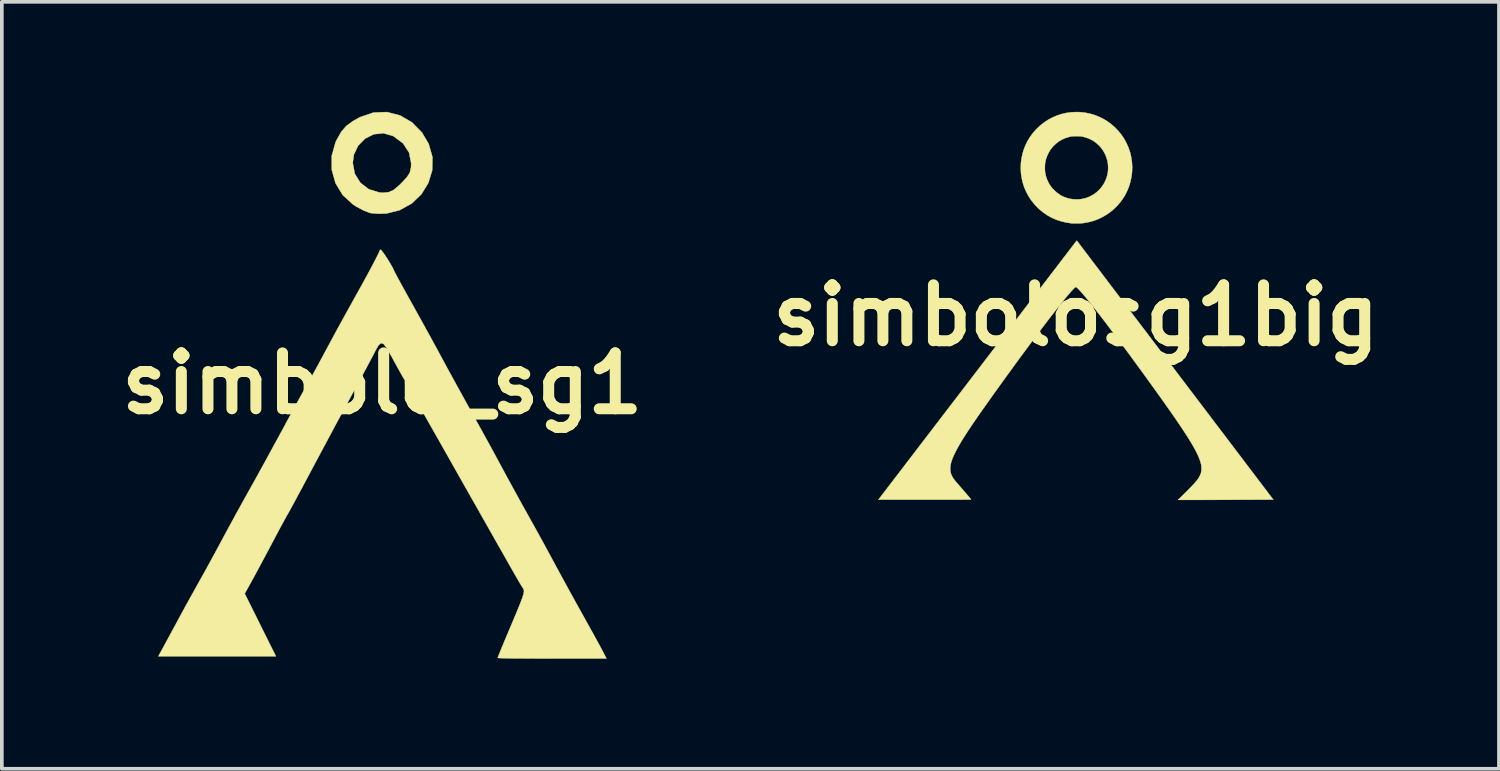
<source format=kicad_pcb>
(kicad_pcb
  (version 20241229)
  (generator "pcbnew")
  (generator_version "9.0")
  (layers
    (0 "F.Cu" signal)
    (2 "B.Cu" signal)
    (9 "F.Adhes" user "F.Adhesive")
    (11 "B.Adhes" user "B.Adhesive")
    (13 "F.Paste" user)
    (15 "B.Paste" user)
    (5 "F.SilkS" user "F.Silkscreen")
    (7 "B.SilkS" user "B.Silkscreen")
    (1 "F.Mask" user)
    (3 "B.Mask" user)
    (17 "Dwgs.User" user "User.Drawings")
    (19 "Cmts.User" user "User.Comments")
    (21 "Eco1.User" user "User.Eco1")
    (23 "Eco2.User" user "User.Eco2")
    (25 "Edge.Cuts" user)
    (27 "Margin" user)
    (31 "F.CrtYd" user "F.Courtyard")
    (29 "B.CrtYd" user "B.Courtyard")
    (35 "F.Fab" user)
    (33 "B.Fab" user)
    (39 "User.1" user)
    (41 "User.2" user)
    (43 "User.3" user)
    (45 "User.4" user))
  (footprint "simbolosg1big"
    (layer "F.Cu")
    (at 26.281 5.55)
    (property "Reference" "simbolosg1big" (at 0 0 0) (layer "F.SilkS") (effects (font (size 1.524 1.524) (thickness 0.3))))
    (attr through_hole)
    (fp_poly (pts (xy 0.108 -5.543) (xy 0.244 -5.529) (xy 0.377 -5.503) (xy 0.506 -5.466) (xy 0.63 -5.417) (xy 0.748 -5.359) (xy 0.861 -5.29) (xy 0.967 -5.212) (xy 1.067 -5.125) (xy 1.158 -5.03) (xy 1.241 -4.927) (xy 1.316 -4.816) (xy 1.38 -4.698) (xy 1.435 -4.573) (xy 1.477 -4.45) (xy 1.508 -4.319) (xy 1.528 -4.186) (xy 1.536 -4.051) (xy 1.532 -3.917) (xy 1.516 -3.783) (xy 1.489 -3.652) (xy 1.451 -3.523) (xy 1.401 -3.399) (xy 1.341 -3.279) (xy 1.305 -3.221) (xy 1.226 -3.107) (xy 1.138 -3.002) (xy 1.042 -2.906) (xy 0.938 -2.819) (xy 0.827 -2.742) (xy 0.709 -2.675) (xy 0.587 -2.618) (xy 0.459 -2.573) (xy 0.327 -2.539) (xy 0.192 -2.517) (xy 0.176 -2.515) (xy 0.151 -2.513) (xy 0.117 -2.511) (xy 0.077 -2.51) (xy 0.034 -2.509) (xy -0.01 -2.509) (xy -0.05 -2.509) (xy -0.086 -2.51) (xy -0.113 -2.511) (xy -0.124 -2.512) (xy -0.267 -2.535) (xy -0.402 -2.567) (xy -0.53 -2.608) (xy -0.651 -2.661) (xy -0.766 -2.723) (xy -0.876 -2.797) (xy -0.98 -2.881) (xy -1.038 -2.934) (xy -1.133 -3.034) (xy -1.218 -3.141) (xy -1.292 -3.255) (xy -1.355 -3.373) (xy -1.408 -3.496) (xy -1.449 -3.623) (xy -1.478 -3.753) (xy -1.497 -3.885) (xy -1.503 -4.019) (xy -1.502 -4.036) (xy -0.845 -4.036) (xy -0.844 -3.984) (xy -0.842 -3.936) (xy -0.838 -3.899) (xy -0.818 -3.802) (xy -0.786 -3.707) (xy -0.743 -3.615) (xy -0.689 -3.527) (xy -0.681 -3.516) (xy -0.636 -3.461) (xy -0.582 -3.406) (xy -0.522 -3.353) (xy -0.458 -3.305) (xy -0.394 -3.265) (xy -0.368 -3.251) (xy -0.282 -3.215) (xy -0.19 -3.187) (xy -0.093 -3.17) (xy 0.005 -3.163) (xy 0.101 -3.167) (xy 0.16 -3.175) (xy 0.233 -3.19) (xy 0.3 -3.21) (xy 0.367 -3.237) (xy 0.397 -3.251) (xy 0.486 -3.301) (xy 0.568 -3.361) (xy 0.642 -3.431) (xy 0.707 -3.508) (xy 0.764 -3.593) (xy 0.81 -3.684) (xy 0.845 -3.78) (xy 0.868 -3.874) (xy 0.875 -3.927) (xy 0.879 -3.986) (xy 0.879 -4.049) (xy 0.876 -4.111) (xy 0.87 -4.167) (xy 0.865 -4.195) (xy 0.836 -4.3) (xy 0.797 -4.397) (xy 0.748 -4.487) (xy 0.688 -4.571) (xy 0.636 -4.629) (xy 0.561 -4.698) (xy 0.481 -4.756) (xy 0.395 -4.803) (xy 0.301 -4.842) (xy 0.21 -4.869) (xy 0.186 -4.875) (xy 0.164 -4.879) (xy 0.143 -4.882) (xy 0.12 -4.884) (xy 0.092 -4.885) (xy 0.056 -4.886) (xy 0.016 -4.886) (xy -0.029 -4.886) (xy -0.064 -4.885) (xy -0.091 -4.884) (xy -0.114 -4.882) (xy -0.135 -4.879) (xy -0.156 -4.874) (xy -0.178 -4.869) (xy -0.28 -4.838) (xy -0.373 -4.798) (xy -0.46 -4.748) (xy -0.54 -4.687) (xy -0.615 -4.616) (xy -0.633 -4.595) (xy -0.69 -4.524) (xy -0.739 -4.443) (xy -0.781 -4.356) (xy -0.813 -4.266) (xy -0.835 -4.175) (xy -0.84 -4.136) (xy -0.843 -4.088) (xy -0.845 -4.036) (xy -1.502 -4.036) (xy -1.498 -4.154) (xy -1.48 -4.289) (xy -1.45 -4.423) (xy -1.426 -4.505) (xy -1.378 -4.631) (xy -1.319 -4.753) (xy -1.249 -4.868) (xy -1.169 -4.976) (xy -1.079 -5.078) (xy -0.981 -5.171) (xy -0.875 -5.256) (xy -0.762 -5.331) (xy -0.651 -5.391) (xy -0.524 -5.447) (xy -0.394 -5.49) (xy -0.261 -5.521) (xy -0.125 -5.539) (xy 0.014 -5.545) (xy 0.108 -5.543)) (stroke (width 0.01) (type solid)) (fill yes) (layer "F.SilkS"))
    (fp_poly (pts (xy 0.03 -2.033) (xy 0.041 -2.02) (xy 0.057 -2) (xy 0.076 -1.974) (xy 0.089 -1.957) (xy 0.098 -1.945) (xy 0.114 -1.924) (xy 0.137 -1.893) (xy 0.167 -1.854) (xy 0.202 -1.808) (xy 0.243 -1.753) (xy 0.289 -1.692) (xy 0.341 -1.625) (xy 0.396 -1.552) (xy 0.455 -1.473) (xy 0.518 -1.391) (xy 0.584 -1.303) (xy 0.653 -1.213) (xy 0.724 -1.119) (xy 0.797 -1.023) (xy 0.871 -0.925) (xy 0.946 -0.826) (xy 1.022 -0.726) (xy 1.098 -0.626) (xy 1.174 -0.525) (xy 1.249 -0.426) (xy 1.324 -0.328) (xy 1.396 -0.232) (xy 1.467 -0.139) (xy 1.536 -0.048) (xy 1.602 0.038) (xy 1.665 0.121) (xy 1.724 0.199) (xy 1.779 0.272) (xy 1.83 0.339) (xy 1.877 0.4) (xy 1.918 0.454) (xy 1.953 0.501) (xy 1.982 0.54) (xy 2.005 0.57) (xy 2.007 0.572) (xy 2.029 0.6) (xy 2.057 0.638) (xy 2.092 0.684) (xy 2.132 0.737) (xy 2.177 0.796) (xy 2.225 0.859) (xy 2.276 0.927) (xy 2.329 0.997) (xy 2.384 1.068) (xy 2.439 1.14) (xy 2.477 1.191) (xy 2.539 1.273) (xy 2.608 1.363) (xy 2.681 1.46) (xy 2.756 1.559) (xy 2.833 1.661) (xy 2.91 1.763) (xy 2.986 1.862) (xy 3.057 1.956) (xy 3.124 2.045) (xy 3.175 2.111) (xy 3.295 2.27) (xy 3.416 2.429) (xy 3.537 2.589) (xy 3.66 2.75) (xy 3.784 2.915) (xy 3.912 3.083) (xy 4.043 3.255) (xy 4.178 3.434) (xy 4.318 3.618) (xy 4.464 3.81) (xy 4.616 4.011) (xy 4.774 4.22) (xy 4.781 4.229) (xy 4.847 4.315) (xy 4.91 4.399) (xy 4.971 4.48) (xy 5.03 4.556) (xy 5.085 4.629) (xy 5.136 4.697) (xy 5.184 4.759) (xy 5.227 4.816) (xy 5.264 4.866) (xy 5.297 4.908) (xy 5.323 4.943) (xy 5.343 4.969) (xy 5.357 4.987) (xy 5.363 4.995) (xy 5.384 5.021) (xy 4.431 5.025) (xy 4.315 5.025) (xy 4.198 5.026) (xy 4.081 5.026) (xy 3.966 5.027) (xy 3.852 5.027) (xy 3.743 5.028) (xy 3.637 5.028) (xy 3.537 5.028) (xy 3.444 5.029) (xy 3.359 5.029) (xy 3.282 5.029) (xy 3.216 5.029) (xy 3.16 5.029) (xy 3.13 5.029) (xy 2.782 5.029) (xy 2.882 4.933) (xy 2.959 4.857) (xy 3.032 4.785) (xy 3.098 4.718) (xy 3.158 4.656) (xy 3.211 4.599) (xy 3.256 4.549) (xy 3.293 4.505) (xy 3.322 4.469) (xy 3.336 4.449) (xy 3.363 4.404) (xy 3.387 4.356) (xy 3.406 4.311) (xy 3.413 4.286) (xy 3.42 4.25) (xy 3.424 4.206) (xy 3.424 4.158) (xy 3.421 4.11) (xy 3.416 4.067) (xy 3.414 4.058) (xy 3.402 4.012) (xy 3.388 3.963) (xy 3.369 3.912) (xy 3.347 3.857) (xy 3.321 3.799) (xy 3.291 3.736) (xy 3.257 3.669) (xy 3.217 3.597) (xy 3.173 3.52) (xy 3.124 3.438) (xy 3.069 3.349) (xy 3.009 3.254) (xy 2.942 3.152) (xy 2.87 3.043) (xy 2.791 2.926) (xy 2.706 2.802) (xy 2.614 2.669) (xy 2.515 2.528) (xy 2.409 2.377) (xy 2.295 2.217) (xy 2.244 2.146) (xy 2.114 1.965) (xy 1.985 1.787) (xy 1.859 1.612) (xy 1.735 1.442) (xy 1.614 1.276) (xy 1.496 1.114) (xy 1.38 0.957) (xy 1.267 0.805) (xy 1.158 0.658) (xy 1.053 0.517) (xy 0.951 0.382) (xy 0.853 0.252) (xy 0.759 0.129) (xy 0.67 0.013) (xy 0.585 -0.096) (xy 0.505 -0.199) (xy 0.43 -0.294) (xy 0.36 -0.381) (xy 0.296 -0.46) (xy 0.237 -0.531) (xy 0.184 -0.593) (xy 0.137 -0.647) (xy 0.097 -0.692) (xy 0.062 -0.727) (xy 0.035 -0.753) (xy 0.014 -0.769) (xy 0.001 -0.775) (xy -0.000001 -0.775) (xy -0.013 -0.77) (xy -0.033 -0.754) (xy -0.059 -0.729) (xy -0.093 -0.695) (xy -0.133 -0.651) (xy -0.178 -0.599) (xy -0.23 -0.538) (xy -0.288 -0.469) (xy -0.351 -0.391) (xy -0.419 -0.307) (xy -0.492 -0.214) (xy -0.57 -0.115) (xy -0.652 -0.009) (xy -0.739 0.103) (xy -0.83 0.222) (xy -0.924 0.346) (xy -1.022 0.476) (xy -1.124 0.611) (xy -1.228 0.751) (xy -1.335 0.896) (xy -1.445 1.045) (xy -1.558 1.198) (xy -1.672 1.354) (xy -1.789 1.515) (xy -1.906 1.676) (xy -2.028 1.845) (xy -2.142 2.005) (xy -2.25 2.154) (xy -2.35 2.295) (xy -2.444 2.428) (xy -2.532 2.552) (xy -2.614 2.669) (xy -2.69 2.778) (xy -2.76 2.88) (xy -2.826 2.976) (xy -2.886 3.066) (xy -2.942 3.15) (xy -2.993 3.229) (xy -3.041 3.303) (xy -3.084 3.372) (xy -3.125 3.438) (xy -3.161 3.5) (xy -3.195 3.558) (xy -3.226 3.614) (xy -3.255 3.667) (xy -3.281 3.718) (xy -3.302 3.762) (xy -3.339 3.84) (xy -3.368 3.91) (xy -3.391 3.973) (xy -3.407 4.032) (xy -3.418 4.087) (xy -3.423 4.141) (xy -3.424 4.175) (xy -3.422 4.232) (xy -3.415 4.281) (xy -3.4 4.328) (xy -3.384 4.366) (xy -3.37 4.392) (xy -3.356 4.417) (xy -3.34 4.442) (xy -3.323 4.467) (xy -3.302 4.495) (xy -3.276 4.527) (xy -3.244 4.564) (xy -3.205 4.609) (xy -3.185 4.632) (xy -3.161 4.659) (xy -3.134 4.691) (xy -3.102 4.727) (xy -3.069 4.766) (xy -3.034 4.806) (xy -3 4.846) (xy -2.966 4.885) (xy -2.936 4.921) (xy -2.908 4.953) (xy -2.886 4.979) (xy -2.869 4.999) (xy -2.859 5.011) (xy -2.858 5.012) (xy -2.858 5.013) (xy -2.858 5.014) (xy -2.861 5.015) (xy -2.866 5.016) (xy -2.873 5.017) (xy -2.884 5.018) (xy -2.899 5.019) (xy -2.919 5.019) (xy -2.943 5.02) (xy -2.972 5.021) (xy -3.008 5.021) (xy -3.05 5.021) (xy -3.098 5.022) (xy -3.155 5.022) (xy -3.219 5.022) (xy -3.292 5.022) (xy -3.373 5.023) (xy -3.464 5.023) (xy -3.566 5.023) (xy -3.677 5.023) (xy -3.8 5.023) (xy -3.934 5.023) (xy -4.081 5.023) (xy -4.118 5.023) (xy -5.386 5.023) (xy -5.364 4.996) (xy -5.356 4.986) (xy -5.342 4.968) (xy -5.321 4.941) (xy -5.295 4.906) (xy -5.263 4.865) (xy -5.227 4.819) (xy -5.188 4.767) (xy -5.146 4.712) (xy -5.101 4.654) (xy -5.07 4.613) (xy -5.027 4.556) (xy -4.981 4.497) (xy -4.933 4.434) (xy -4.882 4.368) (xy -4.828 4.297) (xy -4.771 4.222) (xy -4.709 4.142) (xy -4.644 4.056) (xy -4.574 3.965) (xy -4.499 3.867) (xy -4.419 3.763) (xy -4.334 3.651) (xy -4.243 3.532) (xy -4.145 3.404) (xy -4.041 3.269) (xy -3.93 3.124) (xy -3.812 2.969) (xy -3.743 2.88) (xy -3.696 2.817) (xy -3.648 2.755) (xy -3.602 2.695) (xy -3.558 2.637) (xy -3.516 2.583) (xy -3.479 2.534) (xy -3.446 2.491) (xy -3.419 2.455) (xy -3.398 2.428) (xy -3.391 2.419) (xy -3.372 2.394) (xy -3.346 2.361) (xy -3.315 2.32) (xy -3.278 2.272) (xy -3.239 2.221) (xy -3.196 2.165) (xy -3.152 2.108) (xy -3.108 2.05) (xy -3.082 2.016) (xy -3.05 1.974) (xy -3.011 1.923) (xy -2.966 1.864) (xy -2.915 1.797) (xy -2.859 1.724) (xy -2.799 1.646) (xy -2.735 1.563) (xy -2.668 1.476) (xy -2.6 1.386) (xy -2.53 1.294) (xy -2.459 1.202) (xy -2.388 1.109) (xy -2.318 1.017) (xy -2.295 0.987) (xy -2.223 0.894) (xy -2.15 0.798) (xy -2.075 0.7) (xy -2 0.602) (xy -1.925 0.505) (xy -1.852 0.409) (xy -1.78 0.315) (xy -1.712 0.226) (xy -1.647 0.141) (xy -1.586 0.062) (xy -1.531 -0.011) (xy -1.481 -0.075) (xy -1.439 -0.131) (xy -1.434 -0.137) (xy -1.375 -0.214) (xy -1.312 -0.296) (xy -1.247 -0.381) (xy -1.179 -0.47) (xy -1.11 -0.561) (xy -1.038 -0.654) (xy -0.966 -0.748) (xy -0.894 -0.843) (xy -0.821 -0.937) (xy -0.749 -1.032) (xy -0.678 -1.125) (xy -0.608 -1.216) (xy -0.54 -1.304) (xy -0.475 -1.39) (xy -0.412 -1.472) (xy -0.353 -1.55) (xy -0.297 -1.622) (xy -0.245 -1.69) (xy -0.199 -1.751) (xy -0.157 -1.805) (xy -0.121 -1.852) (xy -0.091 -1.891) (xy -0.068 -1.921) (xy -0.052 -1.942) (xy -0.048 -1.948) (xy -0.026 -1.977) (xy -0.006 -2.002) (xy 0.01 -2.022) (xy 0.021 -2.034) (xy 0.025 -2.038) (xy 0.03 -2.033)) (stroke (width 0.01) (type solid)) (fill yes) (layer "F.SilkS")))
  (footprint "simbolo_sg1"
    (layer "F.Cu")
    (at 7.373 7.405)
    (property "Reference" "simbolo_sg1" (at 0 0 0) (layer "F.SilkS") (effects (font (size 1.524 1.524) (thickness 0.3))))
    (attr through_hole)
    (fp_poly (pts (xy 0.484 -7.308) (xy 0.808 -7.12) (xy 1.082 -6.841) (xy 1.265 -6.531) (xy 1.367 -6.172) (xy 1.36 -5.812) (xy 1.256 -5.469) (xy 1.067 -5.161) (xy 0.802 -4.907) (xy 0.473 -4.725) (xy 0.12 -4.636) (xy -0.096 -4.627) (xy -0.297 -4.643) (xy -0.34 -4.651) (xy -0.503 -4.714) (xy -0.701 -4.818) (xy -0.794 -4.876) (xy -1.079 -5.136) (xy -1.276 -5.46) (xy -1.378 -5.825) (xy -1.379 -6.014) (xy -0.806 -6.014) (xy -0.751 -5.719) (xy -0.598 -5.473) (xy -0.369 -5.296) (xy -0.083 -5.208) (xy 0.023 -5.201) (xy 0.175 -5.216) (xy 0.306 -5.275) (xy 0.456 -5.4) (xy 0.522 -5.465) (xy 0.672 -5.626) (xy 0.752 -5.753) (xy 0.782 -5.889) (xy 0.786 -6.005) (xy 0.729 -6.296) (xy 0.564 -6.548) (xy 0.304 -6.742) (xy 0.298 -6.745) (xy 0.032 -6.823) (xy -0.231 -6.795) (xy -0.468 -6.678) (xy -0.658 -6.486) (xy -0.777 -6.235) (xy -0.806 -6.014) (xy -1.379 -6.014) (xy -1.38 -6.206) (xy -1.275 -6.578) (xy -1.246 -6.639) (xy -1.119 -6.862) (xy -0.982 -7.022) (xy -0.796 -7.157) (xy -0.605 -7.262) (xy -0.241 -7.387) (xy 0.128 -7.4) (xy 0.484 -7.308)) (stroke (width 0.01) (type solid)) (fill yes) (layer "F.SilkS"))
    (fp_poly (pts (xy -0.032 -3.638) (xy 0.041 -3.545) (xy 0.121 -3.427) (xy 0.22 -3.265) (xy 0.286 -3.149) (xy 0.302 -3.112) (xy 0.33 -3.052) (xy 0.407 -2.906) (xy 0.522 -2.694) (xy 0.664 -2.437) (xy 0.716 -2.343) (xy 1.012 -1.811) (xy 1.272 -1.34) (xy 1.519 -0.887) (xy 1.753 -0.454) (xy 1.853 -0.27) (xy 1.995 -0.011) (xy 2.164 0.296) (xy 2.343 0.62) (xy 2.418 0.756) (xy 2.595 1.076) (xy 2.767 1.387) (xy 2.918 1.661) (xy 3.032 1.87) (xy 3.067 1.935) (xy 3.461 2.664) (xy 3.821 3.319) (xy 3.96 3.568) (xy 4.174 3.952) (xy 4.401 4.365) (xy 4.656 4.835) (xy 4.87 5.231) (xy 4.99 5.451) (xy 5.148 5.74) (xy 5.325 6.06) (xy 5.5 6.374) (xy 5.503 6.38) (xy 5.662 6.665) (xy 5.808 6.929) (xy 5.926 7.145) (xy 6.002 7.287) (xy 6.01 7.303) (xy 6.111 7.499) (xy 4.628 7.499) (xy 4.219 7.498) (xy 3.853 7.496) (xy 3.547 7.494) (xy 3.316 7.49) (xy 3.178 7.485) (xy 3.145 7.482) (xy 3.167 7.422) (xy 3.225 7.277) (xy 3.31 7.072) (xy 3.36 6.952) (xy 3.532 6.545) (xy 3.662 6.234) (xy 3.756 6.005) (xy 3.817 5.844) (xy 3.851 5.736) (xy 3.862 5.666) (xy 3.856 5.62) (xy 3.836 5.583) (xy 3.817 5.552) (xy 3.79 5.509) (xy 3.761 5.462) (xy 3.725 5.401) (xy 3.677 5.318) (xy 3.611 5.203) (xy 3.521 5.046) (xy 3.404 4.84) (xy 3.253 4.573) (xy 3.062 4.237) (xy 2.828 3.823) (xy 2.544 3.322) (xy 2.238 2.782) (xy 1.897 2.179) (xy 1.61 1.671) (xy 1.37 1.249) (xy 1.173 0.901) (xy 1.013 0.618) (xy 0.884 0.389) (xy 0.779 0.205) (xy 0.694 0.056) (xy 0.623 -0.07) (xy 0.559 -0.181) (xy 0.524 -0.242) (xy 0.419 -0.429) (xy 0.299 -0.649) (xy 0.257 -0.726) (xy 0.13 -0.952) (xy 0.037 -1.076) (xy -0.036 -1.102) (xy -0.107 -1.037) (xy -0.185 -0.9) (xy -0.255 -0.763) (xy -0.336 -0.61) (xy -0.436 -0.422) (xy -0.568 -0.178) (xy -0.74 0.14) (xy -0.877 0.393) (xy -1.083 0.774) (xy -1.338 1.248) (xy -1.634 1.802) (xy -1.965 2.422) (xy -2.205 2.873) (xy -2.341 3.125) (xy -2.466 3.357) (xy -2.564 3.535) (xy -2.601 3.598) (xy -2.672 3.726) (xy -2.783 3.931) (xy -2.916 4.18) (xy -3.024 4.385) (xy -3.179 4.677) (xy -3.338 4.974) (xy -3.478 5.234) (xy -3.547 5.359) (xy -3.751 5.729) (xy -3.408 6.418) (xy -3.27 6.696) (xy -3.144 6.949) (xy -3.044 7.15) (xy -2.984 7.27) (xy -2.983 7.272) (xy -2.9 7.439) (xy -6.107 7.439) (xy -5.918 7.091) (xy -5.785 6.846) (xy -5.632 6.564) (xy -5.517 6.35) (xy -5.379 6.096) (xy -5.215 5.799) (xy -5.059 5.52) (xy -5.05 5.503) (xy -4.894 5.224) (xy -4.726 4.92) (xy -4.581 4.653) (xy -4.574 4.642) (xy -4.424 4.363) (xy -4.258 4.054) (xy -4.134 3.825) (xy -3.991 3.562) (xy -3.823 3.258) (xy -3.666 2.976) (xy -3.659 2.963) (xy -3.501 2.681) (xy -3.329 2.369) (xy -3.178 2.095) (xy -3.173 2.086) (xy -3.042 1.845) (xy -2.914 1.61) (xy -2.815 1.43) (xy -2.811 1.421) (xy -2.715 1.246) (xy -2.589 1.012) (xy -2.458 0.77) (xy -2.451 0.756) (xy -2.326 0.526) (xy -2.209 0.314) (xy -2.123 0.163) (xy -2.117 0.151) (xy -2.036 0.011) (xy -1.92 -0.2) (xy -1.761 -0.49) (xy -1.556 -0.871) (xy -1.341 -1.27) (xy -1.241 -1.456) (xy -1.096 -1.72) (xy -0.921 -2.036) (xy -0.733 -2.376) (xy -0.595 -2.623) (xy -0.424 -2.934) (xy -0.276 -3.209) (xy -0.16 -3.433) (xy -0.085 -3.585) (xy -0.06 -3.648) (xy -0.032 -3.638)) (stroke (width 0.01) (type solid)) (fill yes) (layer "F.SilkS")))
  (gr_rect
    (start -3 -3)
    (end 37.816 17.909)
    (stroke (width 0.1) (type default))
    (fill no)
    (layer "Edge.Cuts")))
</source>
